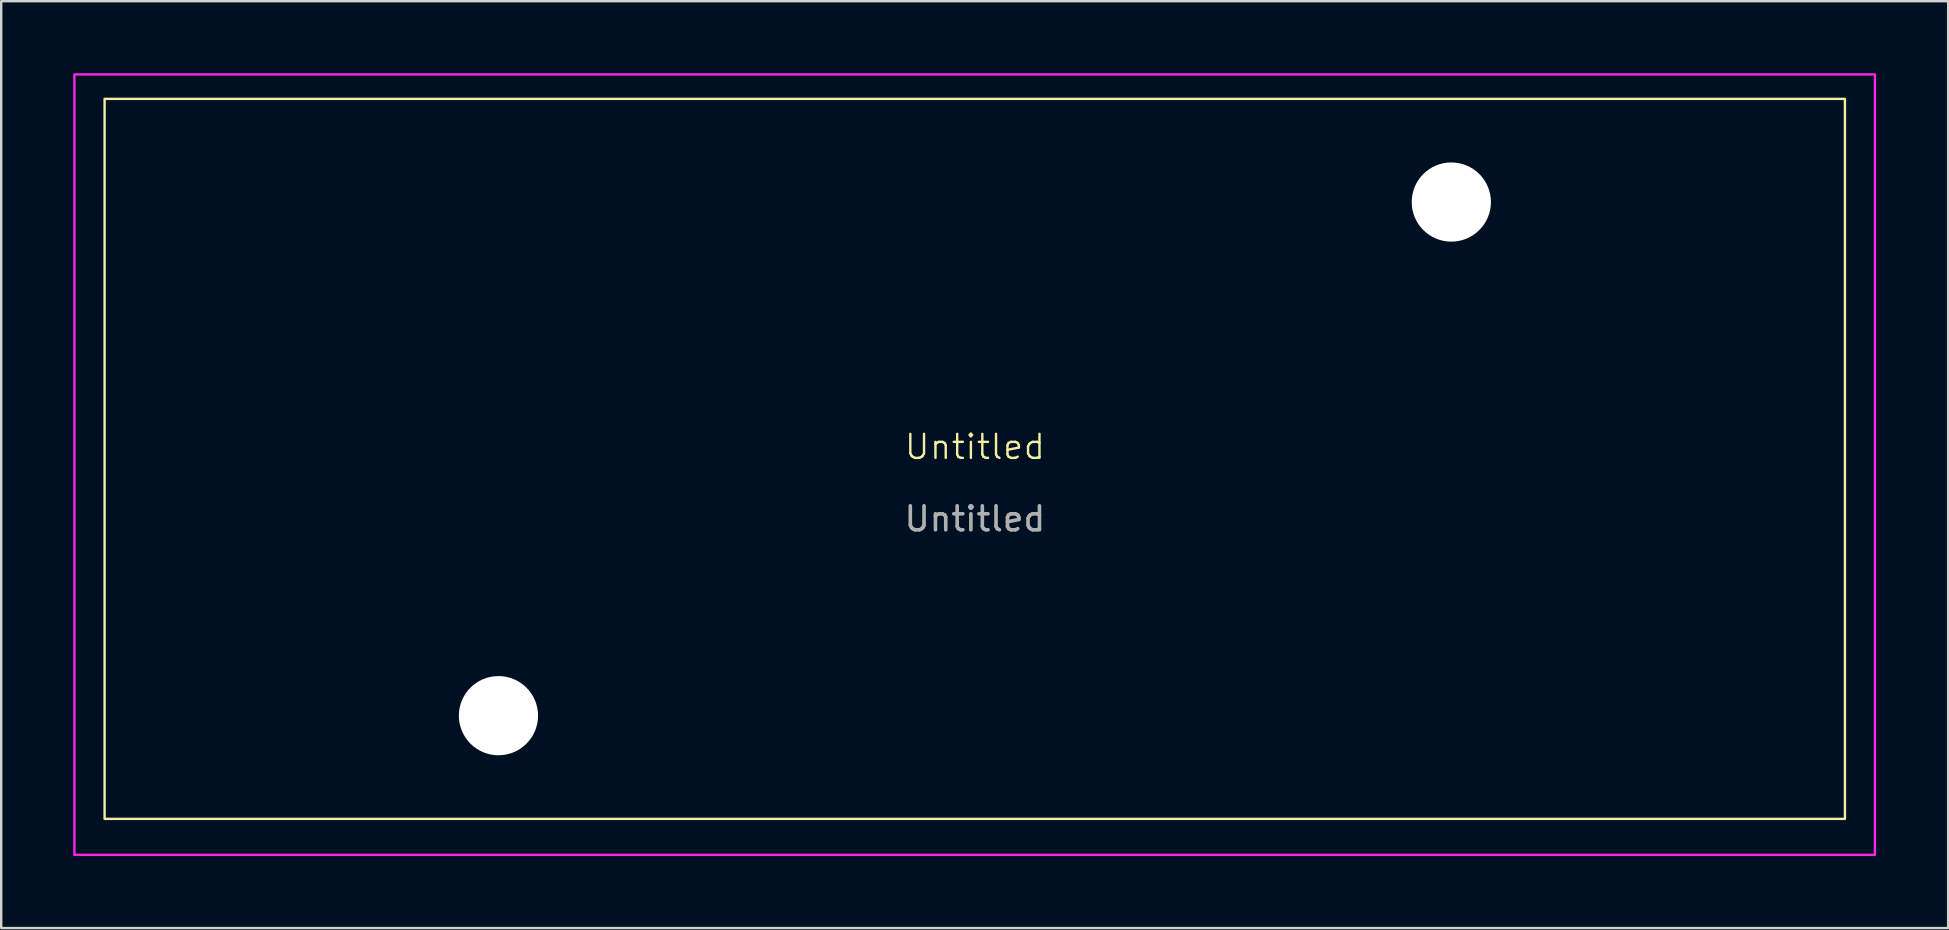
<source format=kicad_pcb>
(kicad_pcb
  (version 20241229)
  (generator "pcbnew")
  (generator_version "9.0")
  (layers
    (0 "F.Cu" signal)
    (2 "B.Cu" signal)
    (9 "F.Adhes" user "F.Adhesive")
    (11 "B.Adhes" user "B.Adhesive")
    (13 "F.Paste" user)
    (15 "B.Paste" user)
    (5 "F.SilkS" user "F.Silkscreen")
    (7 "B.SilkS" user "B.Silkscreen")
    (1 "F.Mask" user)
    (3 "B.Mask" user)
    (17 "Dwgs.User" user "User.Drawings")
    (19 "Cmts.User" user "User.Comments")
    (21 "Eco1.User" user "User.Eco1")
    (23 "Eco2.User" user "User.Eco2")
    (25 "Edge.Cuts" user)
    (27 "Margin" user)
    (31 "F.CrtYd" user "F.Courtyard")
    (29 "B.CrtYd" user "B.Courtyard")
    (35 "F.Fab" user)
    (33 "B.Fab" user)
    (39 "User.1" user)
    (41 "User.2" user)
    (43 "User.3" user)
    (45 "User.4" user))
  (footprint "Untitled"
    (layer "F.Cu")
    (at 37.568 16.068)
    (property "Reference" "Untitled" (at 0 -0.5 0) (unlocked yes) (layer "F.SilkS") (effects (font (size 1 1) (thickness 0.1))))
    (attr through_hole)
    (fp_rect (start -36.26 -15) (end 36.25 15) (stroke (width 0.1) (type solid)) (fill no) (layer "F.SilkS"))
    (fp_rect (start -37.518 -16.018) (end 37.5 16.5) (stroke (width 0.1) (type solid)) (fill no) (layer "F.CrtYd"))
    (fp_text user "${REFERENCE}" (at 0 2.5 0) (unlocked yes) (layer "F.Fab") (effects (font (size 1 1) (thickness 0.15))))
    (pad "" np_thru_hole circle (at -19.85 10.7) (size 3.3 3.3) (drill 3.3) (layers "*.Cu" "*.Mask"))
    (pad "" np_thru_hole circle (at 19.85 -10.7) (size 3.3 3.3) (drill 3.3) (layers "*.Cu" "*.Mask")))
  (gr_rect
    (start -3 -3)
    (end 78.118 35.618)
    (stroke (width 0.1) (type default))
    (fill no)
    (layer "Edge.Cuts")))
</source>
